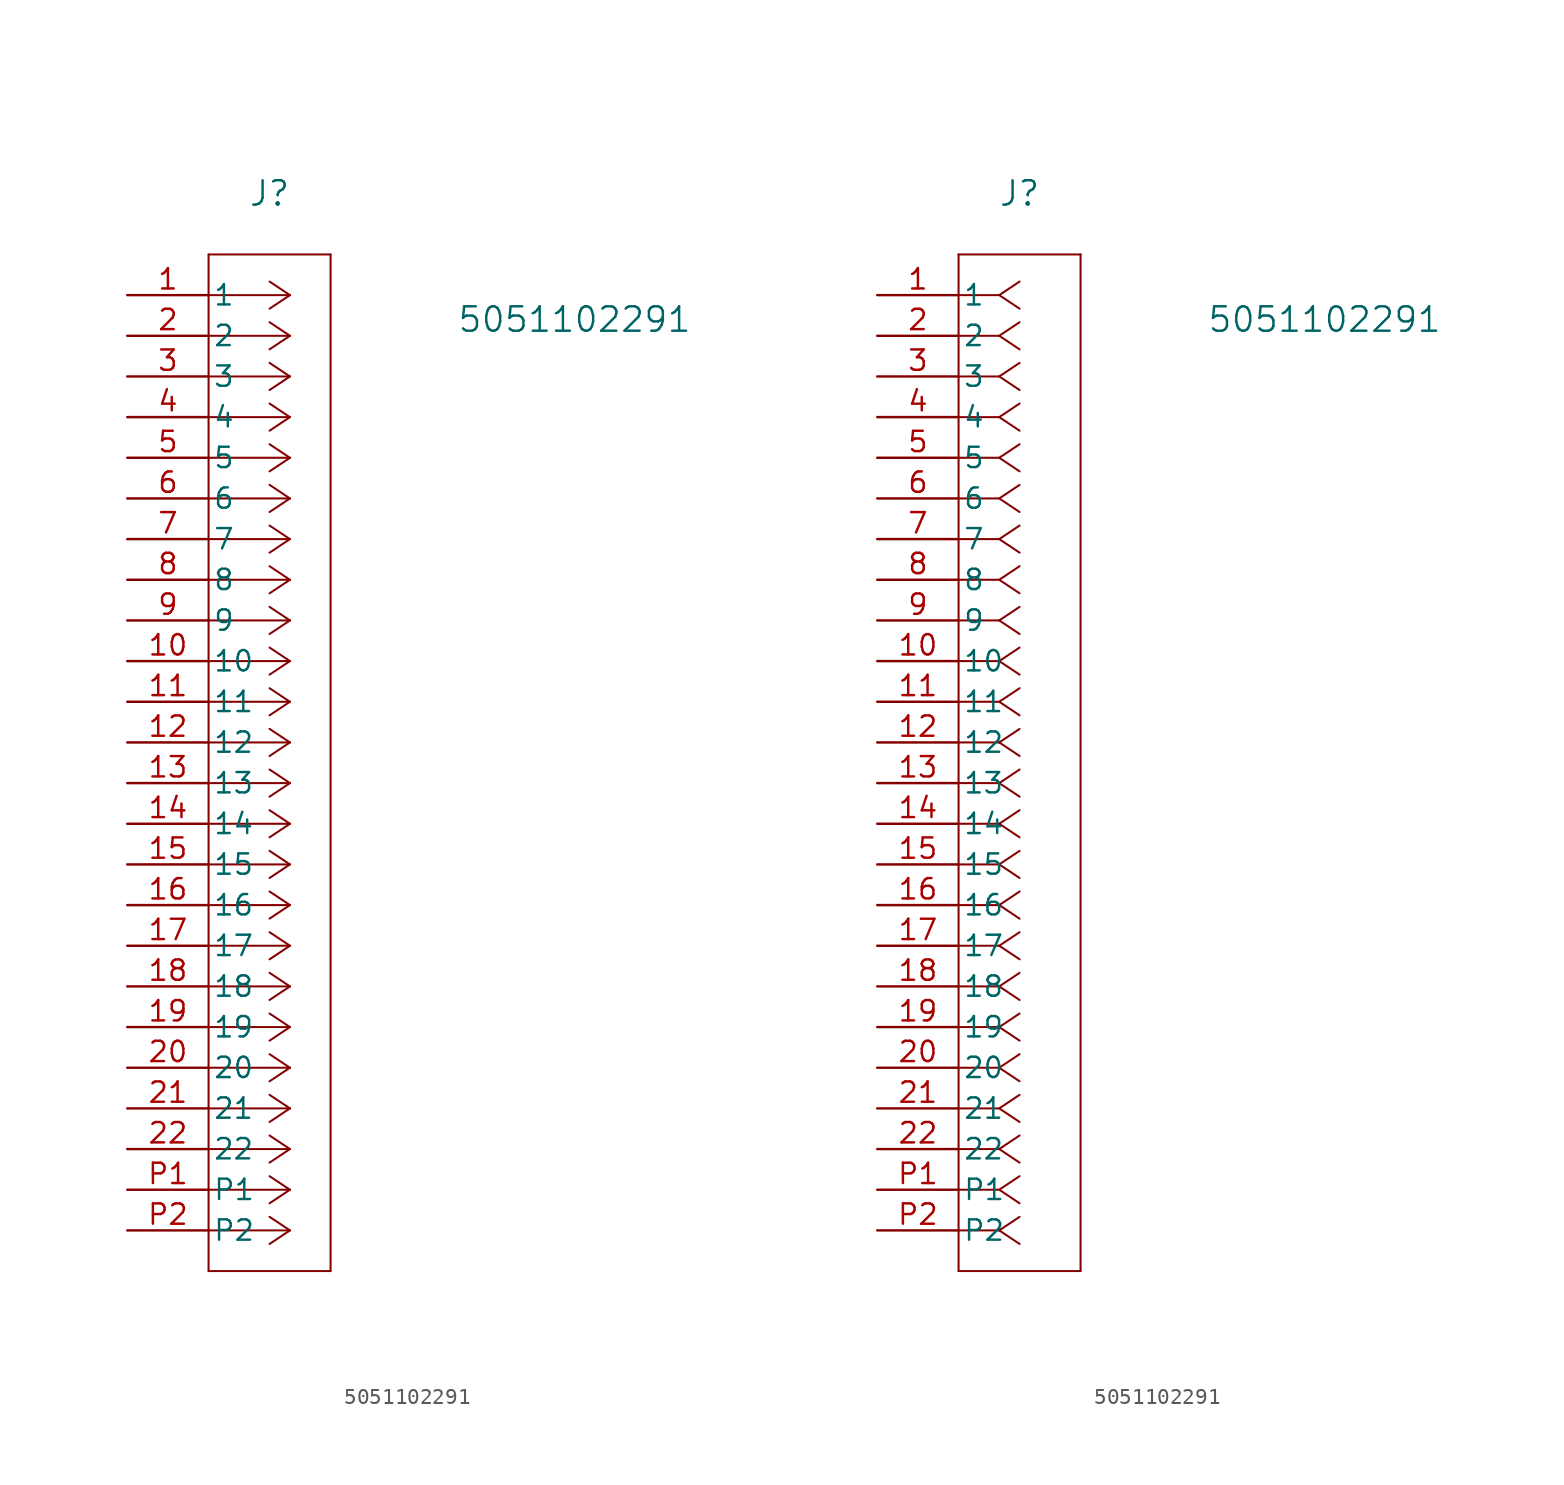
<source format=kicad_sym>
(kicad_symbol_lib
  (version 20231120)
  (generator "kicad_symbol_editor")
  (generator_version "8.0")
  (symbol "5051102291"
    (pin_names
      (offset 0.254))
    (property "Reference" "J"
      (at 8.89 6.35 0)
      (effects (font (size 1.524 1.524))))
    (property "Value" "5051102291"
      (at 27.94 -1.524 0)
      (effects (font (size 1.524 1.524))))
    (property "ki_locked" ""
      (at 0 0 0)
      (effects (font (size 1.27 1.27))))
    (symbol "5051102291_1_1"
      (polyline (pts (xy 5.08 -60.96) (xy 12.7 -60.96)) (stroke (width 0.127) (type default)) (fill (type none)))
      (polyline (pts (xy 5.08 2.54) (xy 5.08 -60.96)) (stroke (width 0.127) (type default)) (fill (type none)))
      (polyline (pts (xy 10.16 -58.42) (xy 5.08 -58.42)) (stroke (width 0.127) (type default)) (fill (type none)))
      (polyline (pts (xy 10.16 -58.42) (xy 8.89 -59.267)) (stroke (width 0.127) (type default)) (fill (type none)))
      (polyline (pts (xy 10.16 -58.42) (xy 8.89 -57.573)) (stroke (width 0.127) (type default)) (fill (type none)))
      (polyline (pts (xy 10.16 -55.88) (xy 5.08 -55.88)) (stroke (width 0.127) (type default)) (fill (type none)))
      (polyline (pts (xy 10.16 -55.88) (xy 8.89 -56.727)) (stroke (width 0.127) (type default)) (fill (type none)))
      (polyline (pts (xy 10.16 -55.88) (xy 8.89 -55.033)) (stroke (width 0.127) (type default)) (fill (type none)))
      (polyline (pts (xy 10.16 -53.34) (xy 5.08 -53.34)) (stroke (width 0.127) (type default)) (fill (type none)))
      (polyline (pts (xy 10.16 -53.34) (xy 8.89 -54.187)) (stroke (width 0.127) (type default)) (fill (type none)))
      (polyline (pts (xy 10.16 -53.34) (xy 8.89 -52.493)) (stroke (width 0.127) (type default)) (fill (type none)))
      (polyline (pts (xy 10.16 -50.8) (xy 5.08 -50.8)) (stroke (width 0.127) (type default)) (fill (type none)))
      (polyline (pts (xy 10.16 -50.8) (xy 8.89 -51.647)) (stroke (width 0.127) (type default)) (fill (type none)))
      (polyline (pts (xy 10.16 -50.8) (xy 8.89 -49.953)) (stroke (width 0.127) (type default)) (fill (type none)))
      (polyline (pts (xy 10.16 -48.26) (xy 5.08 -48.26)) (stroke (width 0.127) (type default)) (fill (type none)))
      (polyline (pts (xy 10.16 -48.26) (xy 8.89 -49.107)) (stroke (width 0.127) (type default)) (fill (type none)))
      (polyline (pts (xy 10.16 -48.26) (xy 8.89 -47.413)) (stroke (width 0.127) (type default)) (fill (type none)))
      (polyline (pts (xy 10.16 -45.72) (xy 5.08 -45.72)) (stroke (width 0.127) (type default)) (fill (type none)))
      (polyline (pts (xy 10.16 -45.72) (xy 8.89 -46.567)) (stroke (width 0.127) (type default)) (fill (type none)))
      (polyline (pts (xy 10.16 -45.72) (xy 8.89 -44.873)) (stroke (width 0.127) (type default)) (fill (type none)))
      (polyline (pts (xy 10.16 -43.18) (xy 5.08 -43.18)) (stroke (width 0.127) (type default)) (fill (type none)))
      (polyline (pts (xy 10.16 -43.18) (xy 8.89 -44.027)) (stroke (width 0.127) (type default)) (fill (type none)))
      (polyline (pts (xy 10.16 -43.18) (xy 8.89 -42.333)) (stroke (width 0.127) (type default)) (fill (type none)))
      (polyline (pts (xy 10.16 -40.64) (xy 5.08 -40.64)) (stroke (width 0.127) (type default)) (fill (type none)))
      (polyline (pts (xy 10.16 -40.64) (xy 8.89 -41.487)) (stroke (width 0.127) (type default)) (fill (type none)))
      (polyline (pts (xy 10.16 -40.64) (xy 8.89 -39.793)) (stroke (width 0.127) (type default)) (fill (type none)))
      (polyline (pts (xy 10.16 -38.1) (xy 5.08 -38.1)) (stroke (width 0.127) (type default)) (fill (type none)))
      (polyline (pts (xy 10.16 -38.1) (xy 8.89 -38.947)) (stroke (width 0.127) (type default)) (fill (type none)))
      (polyline (pts (xy 10.16 -38.1) (xy 8.89 -37.253)) (stroke (width 0.127) (type default)) (fill (type none)))
      (polyline (pts (xy 10.16 -35.56) (xy 5.08 -35.56)) (stroke (width 0.127) (type default)) (fill (type none)))
      (polyline (pts (xy 10.16 -35.56) (xy 8.89 -36.407)) (stroke (width 0.127) (type default)) (fill (type none)))
      (polyline (pts (xy 10.16 -35.56) (xy 8.89 -34.713)) (stroke (width 0.127) (type default)) (fill (type none)))
      (polyline (pts (xy 10.16 -33.02) (xy 5.08 -33.02)) (stroke (width 0.127) (type default)) (fill (type none)))
      (polyline (pts (xy 10.16 -33.02) (xy 8.89 -33.867)) (stroke (width 0.127) (type default)) (fill (type none)))
      (polyline (pts (xy 10.16 -33.02) (xy 8.89 -32.173)) (stroke (width 0.127) (type default)) (fill (type none)))
      (polyline (pts (xy 10.16 -30.48) (xy 5.08 -30.48)) (stroke (width 0.127) (type default)) (fill (type none)))
      (polyline (pts (xy 10.16 -30.48) (xy 8.89 -31.327)) (stroke (width 0.127) (type default)) (fill (type none)))
      (polyline (pts (xy 10.16 -30.48) (xy 8.89 -29.633)) (stroke (width 0.127) (type default)) (fill (type none)))
      (polyline (pts (xy 10.16 -27.94) (xy 5.08 -27.94)) (stroke (width 0.127) (type default)) (fill (type none)))
      (polyline (pts (xy 10.16 -27.94) (xy 8.89 -28.787)) (stroke (width 0.127) (type default)) (fill (type none)))
      (polyline (pts (xy 10.16 -27.94) (xy 8.89 -27.093)) (stroke (width 0.127) (type default)) (fill (type none)))
      (polyline (pts (xy 10.16 -25.4) (xy 5.08 -25.4)) (stroke (width 0.127) (type default)) (fill (type none)))
      (polyline (pts (xy 10.16 -25.4) (xy 8.89 -26.247)) (stroke (width 0.127) (type default)) (fill (type none)))
      (polyline (pts (xy 10.16 -25.4) (xy 8.89 -24.553)) (stroke (width 0.127) (type default)) (fill (type none)))
      (polyline (pts (xy 10.16 -22.86) (xy 5.08 -22.86)) (stroke (width 0.127) (type default)) (fill (type none)))
      (polyline (pts (xy 10.16 -22.86) (xy 8.89 -23.707)) (stroke (width 0.127) (type default)) (fill (type none)))
      (polyline (pts (xy 10.16 -22.86) (xy 8.89 -22.013)) (stroke (width 0.127) (type default)) (fill (type none)))
      (polyline (pts (xy 10.16 -20.32) (xy 5.08 -20.32)) (stroke (width 0.127) (type default)) (fill (type none)))
      (polyline (pts (xy 10.16 -20.32) (xy 8.89 -21.167)) (stroke (width 0.127) (type default)) (fill (type none)))
      (polyline (pts (xy 10.16 -20.32) (xy 8.89 -19.473)) (stroke (width 0.127) (type default)) (fill (type none)))
      (polyline (pts (xy 10.16 -17.78) (xy 5.08 -17.78)) (stroke (width 0.127) (type default)) (fill (type none)))
      (polyline (pts (xy 10.16 -17.78) (xy 8.89 -18.627)) (stroke (width 0.127) (type default)) (fill (type none)))
      (polyline (pts (xy 10.16 -17.78) (xy 8.89 -16.933)) (stroke (width 0.127) (type default)) (fill (type none)))
      (polyline (pts (xy 10.16 -15.24) (xy 5.08 -15.24)) (stroke (width 0.127) (type default)) (fill (type none)))
      (polyline (pts (xy 10.16 -15.24) (xy 8.89 -16.087)) (stroke (width 0.127) (type default)) (fill (type none)))
      (polyline (pts (xy 10.16 -15.24) (xy 8.89 -14.393)) (stroke (width 0.127) (type default)) (fill (type none)))
      (polyline (pts (xy 10.16 -12.7) (xy 5.08 -12.7)) (stroke (width 0.127) (type default)) (fill (type none)))
      (polyline (pts (xy 10.16 -12.7) (xy 8.89 -13.547)) (stroke (width 0.127) (type default)) (fill (type none)))
      (polyline (pts (xy 10.16 -12.7) (xy 8.89 -11.853)) (stroke (width 0.127) (type default)) (fill (type none)))
      (polyline (pts (xy 10.16 -10.16) (xy 5.08 -10.16)) (stroke (width 0.127) (type default)) (fill (type none)))
      (polyline (pts (xy 10.16 -10.16) (xy 8.89 -11.007)) (stroke (width 0.127) (type default)) (fill (type none)))
      (polyline (pts (xy 10.16 -10.16) (xy 8.89 -9.313)) (stroke (width 0.127) (type default)) (fill (type none)))
      (polyline (pts (xy 10.16 -7.62) (xy 5.08 -7.62)) (stroke (width 0.127) (type default)) (fill (type none)))
      (polyline (pts (xy 10.16 -7.62) (xy 8.89 -8.467)) (stroke (width 0.127) (type default)) (fill (type none)))
      (polyline (pts (xy 10.16 -7.62) (xy 8.89 -6.773)) (stroke (width 0.127) (type default)) (fill (type none)))
      (polyline (pts (xy 10.16 -5.08) (xy 5.08 -5.08)) (stroke (width 0.127) (type default)) (fill (type none)))
      (polyline (pts (xy 10.16 -5.08) (xy 8.89 -5.927)) (stroke (width 0.127) (type default)) (fill (type none)))
      (polyline (pts (xy 10.16 -5.08) (xy 8.89 -4.233)) (stroke (width 0.127) (type default)) (fill (type none)))
      (polyline (pts (xy 10.16 -2.54) (xy 5.08 -2.54)) (stroke (width 0.127) (type default)) (fill (type none)))
      (polyline (pts (xy 10.16 -2.54) (xy 8.89 -3.387)) (stroke (width 0.127) (type default)) (fill (type none)))
      (polyline (pts (xy 10.16 -2.54) (xy 8.89 -1.693)) (stroke (width 0.127) (type default)) (fill (type none)))
      (polyline (pts (xy 10.16 0) (xy 5.08 0)) (stroke (width 0.127) (type default)) (fill (type none)))
      (polyline (pts (xy 10.16 0) (xy 8.89 -0.847)) (stroke (width 0.127) (type default)) (fill (type none)))
      (polyline (pts (xy 10.16 0) (xy 8.89 0.847)) (stroke (width 0.127) (type default)) (fill (type none)))
      (polyline (pts (xy 12.7 -60.96) (xy 12.7 2.54)) (stroke (width 0.127) (type default)) (fill (type none)))
      (polyline (pts (xy 12.7 2.54) (xy 5.08 2.54)) (stroke (width 0.127) (type default)) (fill (type none)))
      (pin unspecified line (at 0 0 0) (length 5.08) (name "1" (effects (font (size 1.27 1.27)))) (number "1" (effects (font (size 1.27 1.27)))))
      (pin unspecified line (at 0 -22.86 0) (length 5.08) (name "10" (effects (font (size 1.27 1.27)))) (number "10" (effects (font (size 1.27 1.27)))))
      (pin unspecified line (at 0 -25.4 0) (length 5.08) (name "11" (effects (font (size 1.27 1.27)))) (number "11" (effects (font (size 1.27 1.27)))))
      (pin unspecified line (at 0 -27.94 0) (length 5.08) (name "12" (effects (font (size 1.27 1.27)))) (number "12" (effects (font (size 1.27 1.27)))))
      (pin unspecified line (at 0 -30.48 0) (length 5.08) (name "13" (effects (font (size 1.27 1.27)))) (number "13" (effects (font (size 1.27 1.27)))))
      (pin unspecified line (at 0 -33.02 0) (length 5.08) (name "14" (effects (font (size 1.27 1.27)))) (number "14" (effects (font (size 1.27 1.27)))))
      (pin unspecified line (at 0 -35.56 0) (length 5.08) (name "15" (effects (font (size 1.27 1.27)))) (number "15" (effects (font (size 1.27 1.27)))))
      (pin unspecified line (at 0 -38.1 0) (length 5.08) (name "16" (effects (font (size 1.27 1.27)))) (number "16" (effects (font (size 1.27 1.27)))))
      (pin unspecified line (at 0 -40.64 0) (length 5.08) (name "17" (effects (font (size 1.27 1.27)))) (number "17" (effects (font (size 1.27 1.27)))))
      (pin unspecified line (at 0 -43.18 0) (length 5.08) (name "18" (effects (font (size 1.27 1.27)))) (number "18" (effects (font (size 1.27 1.27)))))
      (pin unspecified line (at 0 -45.72 0) (length 5.08) (name "19" (effects (font (size 1.27 1.27)))) (number "19" (effects (font (size 1.27 1.27)))))
      (pin unspecified line (at 0 -2.54 0) (length 5.08) (name "2" (effects (font (size 1.27 1.27)))) (number "2" (effects (font (size 1.27 1.27)))))
      (pin unspecified line (at 0 -48.26 0) (length 5.08) (name "20" (effects (font (size 1.27 1.27)))) (number "20" (effects (font (size 1.27 1.27)))))
      (pin unspecified line (at 0 -50.8 0) (length 5.08) (name "21" (effects (font (size 1.27 1.27)))) (number "21" (effects (font (size 1.27 1.27)))))
      (pin unspecified line (at 0 -53.34 0) (length 5.08) (name "22" (effects (font (size 1.27 1.27)))) (number "22" (effects (font (size 1.27 1.27)))))
      (pin unspecified line (at 0 -5.08 0) (length 5.08) (name "3" (effects (font (size 1.27 1.27)))) (number "3" (effects (font (size 1.27 1.27)))))
      (pin unspecified line (at 0 -7.62 0) (length 5.08) (name "4" (effects (font (size 1.27 1.27)))) (number "4" (effects (font (size 1.27 1.27)))))
      (pin unspecified line (at 0 -10.16 0) (length 5.08) (name "5" (effects (font (size 1.27 1.27)))) (number "5" (effects (font (size 1.27 1.27)))))
      (pin unspecified line (at 0 -12.7 0) (length 5.08) (name "6" (effects (font (size 1.27 1.27)))) (number "6" (effects (font (size 1.27 1.27)))))
      (pin unspecified line (at 0 -15.24 0) (length 5.08) (name "7" (effects (font (size 1.27 1.27)))) (number "7" (effects (font (size 1.27 1.27)))))
      (pin unspecified line (at 0 -17.78 0) (length 5.08) (name "8" (effects (font (size 1.27 1.27)))) (number "8" (effects (font (size 1.27 1.27)))))
      (pin unspecified line (at 0 -20.32 0) (length 5.08) (name "9" (effects (font (size 1.27 1.27)))) (number "9" (effects (font (size 1.27 1.27)))))
      (pin unspecified line (at 0 -55.88 0) (length 5.08) (name "P1" (effects (font (size 1.27 1.27)))) (number "P1" (effects (font (size 1.27 1.27)))))
      (pin unspecified line (at 0 -58.42 0) (length 5.08) (name "P2" (effects (font (size 1.27 1.27)))) (number "P2" (effects (font (size 1.27 1.27))))))
    (symbol "5051102291_1_2"
      (polyline (pts (xy 5.08 -60.96) (xy 12.7 -60.96)) (stroke (width 0.127) (type default)) (fill (type none)))
      (polyline (pts (xy 5.08 2.54) (xy 5.08 -60.96)) (stroke (width 0.127) (type default)) (fill (type none)))
      (polyline (pts (xy 7.62 -58.42) (xy 5.08 -58.42)) (stroke (width 0.127) (type default)) (fill (type none)))
      (polyline (pts (xy 7.62 -58.42) (xy 8.89 -59.267)) (stroke (width 0.127) (type default)) (fill (type none)))
      (polyline (pts (xy 7.62 -58.42) (xy 8.89 -57.573)) (stroke (width 0.127) (type default)) (fill (type none)))
      (polyline (pts (xy 7.62 -55.88) (xy 5.08 -55.88)) (stroke (width 0.127) (type default)) (fill (type none)))
      (polyline (pts (xy 7.62 -55.88) (xy 8.89 -56.727)) (stroke (width 0.127) (type default)) (fill (type none)))
      (polyline (pts (xy 7.62 -55.88) (xy 8.89 -55.033)) (stroke (width 0.127) (type default)) (fill (type none)))
      (polyline (pts (xy 7.62 -53.34) (xy 5.08 -53.34)) (stroke (width 0.127) (type default)) (fill (type none)))
      (polyline (pts (xy 7.62 -53.34) (xy 8.89 -54.187)) (stroke (width 0.127) (type default)) (fill (type none)))
      (polyline (pts (xy 7.62 -53.34) (xy 8.89 -52.493)) (stroke (width 0.127) (type default)) (fill (type none)))
      (polyline (pts (xy 7.62 -50.8) (xy 5.08 -50.8)) (stroke (width 0.127) (type default)) (fill (type none)))
      (polyline (pts (xy 7.62 -50.8) (xy 8.89 -51.647)) (stroke (width 0.127) (type default)) (fill (type none)))
      (polyline (pts (xy 7.62 -50.8) (xy 8.89 -49.953)) (stroke (width 0.127) (type default)) (fill (type none)))
      (polyline (pts (xy 7.62 -48.26) (xy 5.08 -48.26)) (stroke (width 0.127) (type default)) (fill (type none)))
      (polyline (pts (xy 7.62 -48.26) (xy 8.89 -49.107)) (stroke (width 0.127) (type default)) (fill (type none)))
      (polyline (pts (xy 7.62 -48.26) (xy 8.89 -47.413)) (stroke (width 0.127) (type default)) (fill (type none)))
      (polyline (pts (xy 7.62 -45.72) (xy 5.08 -45.72)) (stroke (width 0.127) (type default)) (fill (type none)))
      (polyline (pts (xy 7.62 -45.72) (xy 8.89 -46.567)) (stroke (width 0.127) (type default)) (fill (type none)))
      (polyline (pts (xy 7.62 -45.72) (xy 8.89 -44.873)) (stroke (width 0.127) (type default)) (fill (type none)))
      (polyline (pts (xy 7.62 -43.18) (xy 5.08 -43.18)) (stroke (width 0.127) (type default)) (fill (type none)))
      (polyline (pts (xy 7.62 -43.18) (xy 8.89 -44.027)) (stroke (width 0.127) (type default)) (fill (type none)))
      (polyline (pts (xy 7.62 -43.18) (xy 8.89 -42.333)) (stroke (width 0.127) (type default)) (fill (type none)))
      (polyline (pts (xy 7.62 -40.64) (xy 5.08 -40.64)) (stroke (width 0.127) (type default)) (fill (type none)))
      (polyline (pts (xy 7.62 -40.64) (xy 8.89 -41.487)) (stroke (width 0.127) (type default)) (fill (type none)))
      (polyline (pts (xy 7.62 -40.64) (xy 8.89 -39.793)) (stroke (width 0.127) (type default)) (fill (type none)))
      (polyline (pts (xy 7.62 -38.1) (xy 5.08 -38.1)) (stroke (width 0.127) (type default)) (fill (type none)))
      (polyline (pts (xy 7.62 -38.1) (xy 8.89 -38.947)) (stroke (width 0.127) (type default)) (fill (type none)))
      (polyline (pts (xy 7.62 -38.1) (xy 8.89 -37.253)) (stroke (width 0.127) (type default)) (fill (type none)))
      (polyline (pts (xy 7.62 -35.56) (xy 5.08 -35.56)) (stroke (width 0.127) (type default)) (fill (type none)))
      (polyline (pts (xy 7.62 -35.56) (xy 8.89 -36.407)) (stroke (width 0.127) (type default)) (fill (type none)))
      (polyline (pts (xy 7.62 -35.56) (xy 8.89 -34.713)) (stroke (width 0.127) (type default)) (fill (type none)))
      (polyline (pts (xy 7.62 -33.02) (xy 5.08 -33.02)) (stroke (width 0.127) (type default)) (fill (type none)))
      (polyline (pts (xy 7.62 -33.02) (xy 8.89 -33.867)) (stroke (width 0.127) (type default)) (fill (type none)))
      (polyline (pts (xy 7.62 -33.02) (xy 8.89 -32.173)) (stroke (width 0.127) (type default)) (fill (type none)))
      (polyline (pts (xy 7.62 -30.48) (xy 5.08 -30.48)) (stroke (width 0.127) (type default)) (fill (type none)))
      (polyline (pts (xy 7.62 -30.48) (xy 8.89 -31.327)) (stroke (width 0.127) (type default)) (fill (type none)))
      (polyline (pts (xy 7.62 -30.48) (xy 8.89 -29.633)) (stroke (width 0.127) (type default)) (fill (type none)))
      (polyline (pts (xy 7.62 -27.94) (xy 5.08 -27.94)) (stroke (width 0.127) (type default)) (fill (type none)))
      (polyline (pts (xy 7.62 -27.94) (xy 8.89 -28.787)) (stroke (width 0.127) (type default)) (fill (type none)))
      (polyline (pts (xy 7.62 -27.94) (xy 8.89 -27.093)) (stroke (width 0.127) (type default)) (fill (type none)))
      (polyline (pts (xy 7.62 -25.4) (xy 5.08 -25.4)) (stroke (width 0.127) (type default)) (fill (type none)))
      (polyline (pts (xy 7.62 -25.4) (xy 8.89 -26.247)) (stroke (width 0.127) (type default)) (fill (type none)))
      (polyline (pts (xy 7.62 -25.4) (xy 8.89 -24.553)) (stroke (width 0.127) (type default)) (fill (type none)))
      (polyline (pts (xy 7.62 -22.86) (xy 5.08 -22.86)) (stroke (width 0.127) (type default)) (fill (type none)))
      (polyline (pts (xy 7.62 -22.86) (xy 8.89 -23.707)) (stroke (width 0.127) (type default)) (fill (type none)))
      (polyline (pts (xy 7.62 -22.86) (xy 8.89 -22.013)) (stroke (width 0.127) (type default)) (fill (type none)))
      (polyline (pts (xy 7.62 -20.32) (xy 5.08 -20.32)) (stroke (width 0.127) (type default)) (fill (type none)))
      (polyline (pts (xy 7.62 -20.32) (xy 8.89 -21.167)) (stroke (width 0.127) (type default)) (fill (type none)))
      (polyline (pts (xy 7.62 -20.32) (xy 8.89 -19.473)) (stroke (width 0.127) (type default)) (fill (type none)))
      (polyline (pts (xy 7.62 -17.78) (xy 5.08 -17.78)) (stroke (width 0.127) (type default)) (fill (type none)))
      (polyline (pts (xy 7.62 -17.78) (xy 8.89 -18.627)) (stroke (width 0.127) (type default)) (fill (type none)))
      (polyline (pts (xy 7.62 -17.78) (xy 8.89 -16.933)) (stroke (width 0.127) (type default)) (fill (type none)))
      (polyline (pts (xy 7.62 -15.24) (xy 5.08 -15.24)) (stroke (width 0.127) (type default)) (fill (type none)))
      (polyline (pts (xy 7.62 -15.24) (xy 8.89 -16.087)) (stroke (width 0.127) (type default)) (fill (type none)))
      (polyline (pts (xy 7.62 -15.24) (xy 8.89 -14.393)) (stroke (width 0.127) (type default)) (fill (type none)))
      (polyline (pts (xy 7.62 -12.7) (xy 5.08 -12.7)) (stroke (width 0.127) (type default)) (fill (type none)))
      (polyline (pts (xy 7.62 -12.7) (xy 8.89 -13.547)) (stroke (width 0.127) (type default)) (fill (type none)))
      (polyline (pts (xy 7.62 -12.7) (xy 8.89 -11.853)) (stroke (width 0.127) (type default)) (fill (type none)))
      (polyline (pts (xy 7.62 -10.16) (xy 5.08 -10.16)) (stroke (width 0.127) (type default)) (fill (type none)))
      (polyline (pts (xy 7.62 -10.16) (xy 8.89 -11.007)) (stroke (width 0.127) (type default)) (fill (type none)))
      (polyline (pts (xy 7.62 -10.16) (xy 8.89 -9.313)) (stroke (width 0.127) (type default)) (fill (type none)))
      (polyline (pts (xy 7.62 -7.62) (xy 5.08 -7.62)) (stroke (width 0.127) (type default)) (fill (type none)))
      (polyline (pts (xy 7.62 -7.62) (xy 8.89 -8.467)) (stroke (width 0.127) (type default)) (fill (type none)))
      (polyline (pts (xy 7.62 -7.62) (xy 8.89 -6.773)) (stroke (width 0.127) (type default)) (fill (type none)))
      (polyline (pts (xy 7.62 -5.08) (xy 5.08 -5.08)) (stroke (width 0.127) (type default)) (fill (type none)))
      (polyline (pts (xy 7.62 -5.08) (xy 8.89 -5.927)) (stroke (width 0.127) (type default)) (fill (type none)))
      (polyline (pts (xy 7.62 -5.08) (xy 8.89 -4.233)) (stroke (width 0.127) (type default)) (fill (type none)))
      (polyline (pts (xy 7.62 -2.54) (xy 5.08 -2.54)) (stroke (width 0.127) (type default)) (fill (type none)))
      (polyline (pts (xy 7.62 -2.54) (xy 8.89 -3.387)) (stroke (width 0.127) (type default)) (fill (type none)))
      (polyline (pts (xy 7.62 -2.54) (xy 8.89 -1.693)) (stroke (width 0.127) (type default)) (fill (type none)))
      (polyline (pts (xy 7.62 0) (xy 5.08 0)) (stroke (width 0.127) (type default)) (fill (type none)))
      (polyline (pts (xy 7.62 0) (xy 8.89 -0.847)) (stroke (width 0.127) (type default)) (fill (type none)))
      (polyline (pts (xy 7.62 0) (xy 8.89 0.847)) (stroke (width 0.127) (type default)) (fill (type none)))
      (polyline (pts (xy 12.7 -60.96) (xy 12.7 2.54)) (stroke (width 0.127) (type default)) (fill (type none)))
      (polyline (pts (xy 12.7 2.54) (xy 5.08 2.54)) (stroke (width 0.127) (type default)) (fill (type none)))
      (pin unspecified line (at 0 0 0) (length 5.08) (name "1" (effects (font (size 1.27 1.27)))) (number "1" (effects (font (size 1.27 1.27)))))
      (pin unspecified line (at 0 -22.86 0) (length 5.08) (name "10" (effects (font (size 1.27 1.27)))) (number "10" (effects (font (size 1.27 1.27)))))
      (pin unspecified line (at 0 -25.4 0) (length 5.08) (name "11" (effects (font (size 1.27 1.27)))) (number "11" (effects (font (size 1.27 1.27)))))
      (pin unspecified line (at 0 -27.94 0) (length 5.08) (name "12" (effects (font (size 1.27 1.27)))) (number "12" (effects (font (size 1.27 1.27)))))
      (pin unspecified line (at 0 -30.48 0) (length 5.08) (name "13" (effects (font (size 1.27 1.27)))) (number "13" (effects (font (size 1.27 1.27)))))
      (pin unspecified line (at 0 -33.02 0) (length 5.08) (name "14" (effects (font (size 1.27 1.27)))) (number "14" (effects (font (size 1.27 1.27)))))
      (pin unspecified line (at 0 -35.56 0) (length 5.08) (name "15" (effects (font (size 1.27 1.27)))) (number "15" (effects (font (size 1.27 1.27)))))
      (pin unspecified line (at 0 -38.1 0) (length 5.08) (name "16" (effects (font (size 1.27 1.27)))) (number "16" (effects (font (size 1.27 1.27)))))
      (pin unspecified line (at 0 -40.64 0) (length 5.08) (name "17" (effects (font (size 1.27 1.27)))) (number "17" (effects (font (size 1.27 1.27)))))
      (pin unspecified line (at 0 -43.18 0) (length 5.08) (name "18" (effects (font (size 1.27 1.27)))) (number "18" (effects (font (size 1.27 1.27)))))
      (pin unspecified line (at 0 -45.72 0) (length 5.08) (name "19" (effects (font (size 1.27 1.27)))) (number "19" (effects (font (size 1.27 1.27)))))
      (pin unspecified line (at 0 -2.54 0) (length 5.08) (name "2" (effects (font (size 1.27 1.27)))) (number "2" (effects (font (size 1.27 1.27)))))
      (pin unspecified line (at 0 -48.26 0) (length 5.08) (name "20" (effects (font (size 1.27 1.27)))) (number "20" (effects (font (size 1.27 1.27)))))
      (pin unspecified line (at 0 -50.8 0) (length 5.08) (name "21" (effects (font (size 1.27 1.27)))) (number "21" (effects (font (size 1.27 1.27)))))
      (pin unspecified line (at 0 -53.34 0) (length 5.08) (name "22" (effects (font (size 1.27 1.27)))) (number "22" (effects (font (size 1.27 1.27)))))
      (pin unspecified line (at 0 -5.08 0) (length 5.08) (name "3" (effects (font (size 1.27 1.27)))) (number "3" (effects (font (size 1.27 1.27)))))
      (pin unspecified line (at 0 -7.62 0) (length 5.08) (name "4" (effects (font (size 1.27 1.27)))) (number "4" (effects (font (size 1.27 1.27)))))
      (pin unspecified line (at 0 -10.16 0) (length 5.08) (name "5" (effects (font (size 1.27 1.27)))) (number "5" (effects (font (size 1.27 1.27)))))
      (pin unspecified line (at 0 -12.7 0) (length 5.08) (name "6" (effects (font (size 1.27 1.27)))) (number "6" (effects (font (size 1.27 1.27)))))
      (pin unspecified line (at 0 -15.24 0) (length 5.08) (name "7" (effects (font (size 1.27 1.27)))) (number "7" (effects (font (size 1.27 1.27)))))
      (pin unspecified line (at 0 -17.78 0) (length 5.08) (name "8" (effects (font (size 1.27 1.27)))) (number "8" (effects (font (size 1.27 1.27)))))
      (pin unspecified line (at 0 -20.32 0) (length 5.08) (name "9" (effects (font (size 1.27 1.27)))) (number "9" (effects (font (size 1.27 1.27)))))
      (pin unspecified line (at 0 -55.88 0) (length 5.08) (name "P1" (effects (font (size 1.27 1.27)))) (number "P1" (effects (font (size 1.27 1.27)))))
      (pin unspecified line (at 0 -58.42 0) (length 5.08) (name "P2" (effects (font (size 1.27 1.27)))) (number "P2" (effects (font (size 1.27 1.27))))))))
</source>
